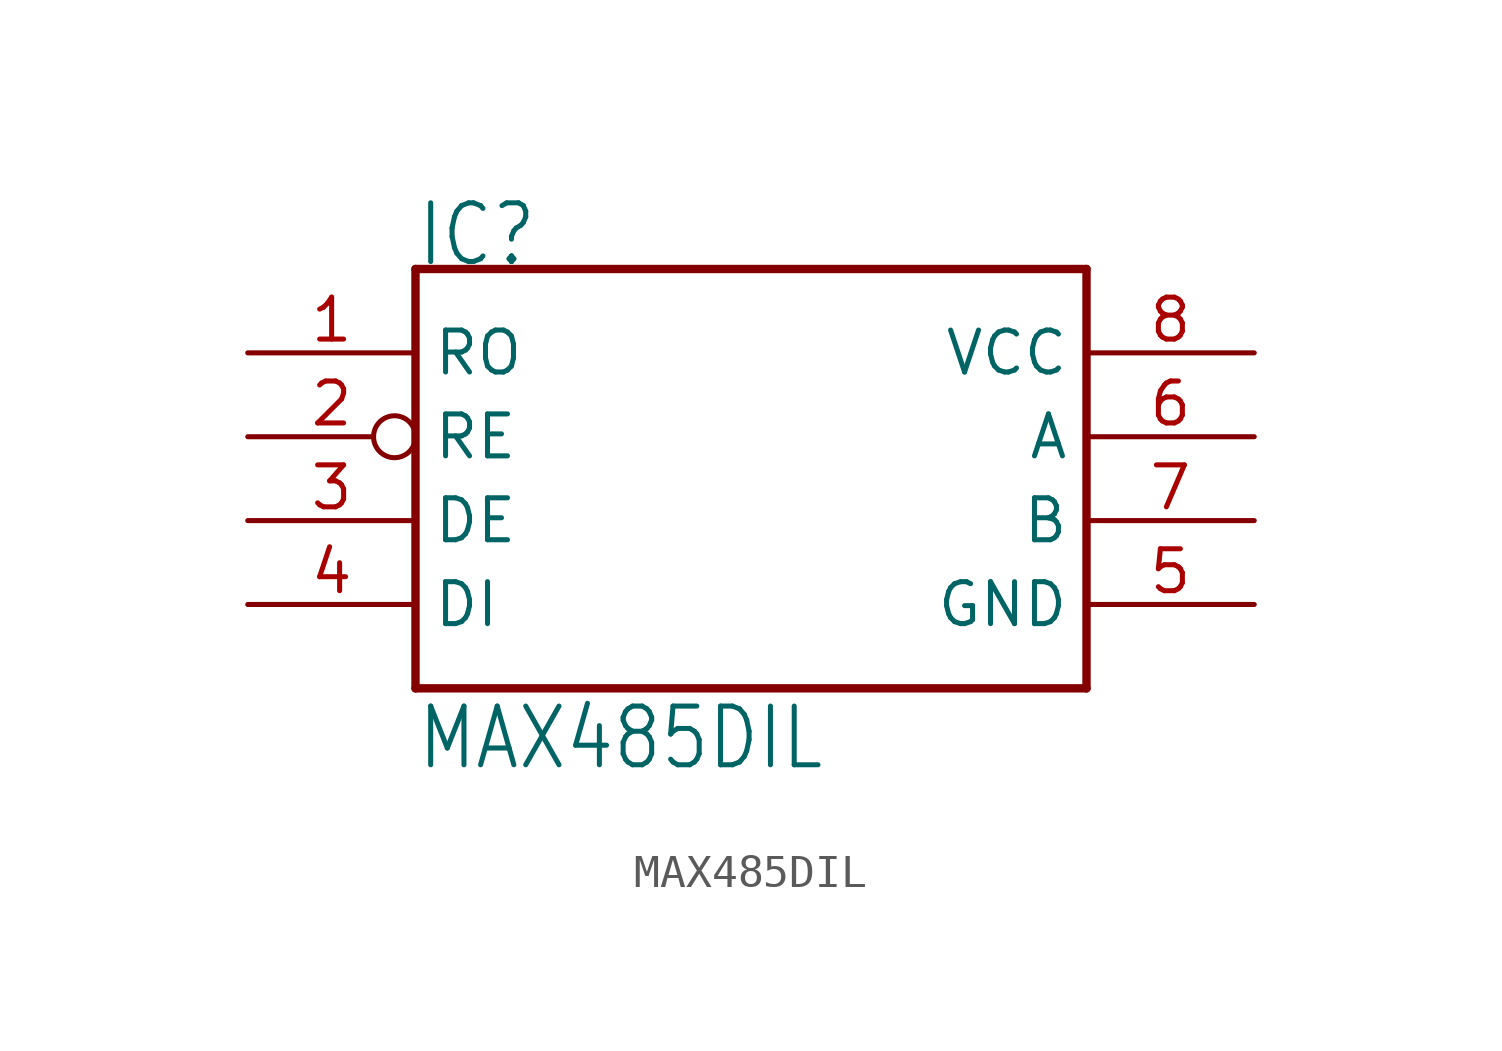
<source format=kicad_sym>
(kicad_symbol_lib
  (version 20211014)
  (generator kicad_symbol_editor)
  (symbol "MAX485DIL"
    (property "Reference" "IC"
      (at -10.16 7.62 0)
      (effects (font (size 1.778 1.511)) (justify left bottom)))
    (property "Value" "MAX485DIL"
      (at -10.16 -7.62 0)
      (effects (font (size 1.778 1.511)) (justify left bottom)))
    (property "ki_locked" ""
      (at 0 0 0)
      (effects (font (size 1.27 1.27))))
    (symbol "MAX485DIL_1_0"
      (polyline (pts (xy -10.16 -5.08) (xy 10.16 -5.08)) (stroke (width 0.254) (type default) (color 0 0 0 0)) (fill (type none)))
      (polyline (pts (xy -10.16 7.62) (xy -10.16 -5.08)) (stroke (width 0.254) (type default) (color 0 0 0 0)) (fill (type none)))
      (polyline (pts (xy 10.16 -5.08) (xy 10.16 7.62)) (stroke (width 0.254) (type default) (color 0 0 0 0)) (fill (type none)))
      (polyline (pts (xy 10.16 7.62) (xy -10.16 7.62)) (stroke (width 0.254) (type default) (color 0 0 0 0)) (fill (type none)))
      (pin bidirectional line (at -15.24 5.08 0) (length 5.08) (name "RO" (effects (font (size 1.27 1.27)))) (number "1" (effects (font (size 1.27 1.27)))))
      (pin bidirectional inverted (at -15.24 2.54 0) (length 5.08) (name "RE" (effects (font (size 1.27 1.27)))) (number "2" (effects (font (size 1.27 1.27)))))
      (pin bidirectional line (at -15.24 0 0) (length 5.08) (name "DE" (effects (font (size 1.27 1.27)))) (number "3" (effects (font (size 1.27 1.27)))))
      (pin bidirectional line (at -15.24 -2.54 0) (length 5.08) (name "DI" (effects (font (size 1.27 1.27)))) (number "4" (effects (font (size 1.27 1.27)))))
      (pin bidirectional line (at 15.24 -2.54 180) (length 5.08) (name "GND" (effects (font (size 1.27 1.27)))) (number "5" (effects (font (size 1.27 1.27)))))
      (pin bidirectional line (at 15.24 2.54 180) (length 5.08) (name "A" (effects (font (size 1.27 1.27)))) (number "6" (effects (font (size 1.27 1.27)))))
      (pin bidirectional line (at 15.24 0 180) (length 5.08) (name "B" (effects (font (size 1.27 1.27)))) (number "7" (effects (font (size 1.27 1.27)))))
      (pin bidirectional line (at 15.24 5.08 180) (length 5.08) (name "VCC" (effects (font (size 1.27 1.27)))) (number "8" (effects (font (size 1.27 1.27))))))))
</source>
